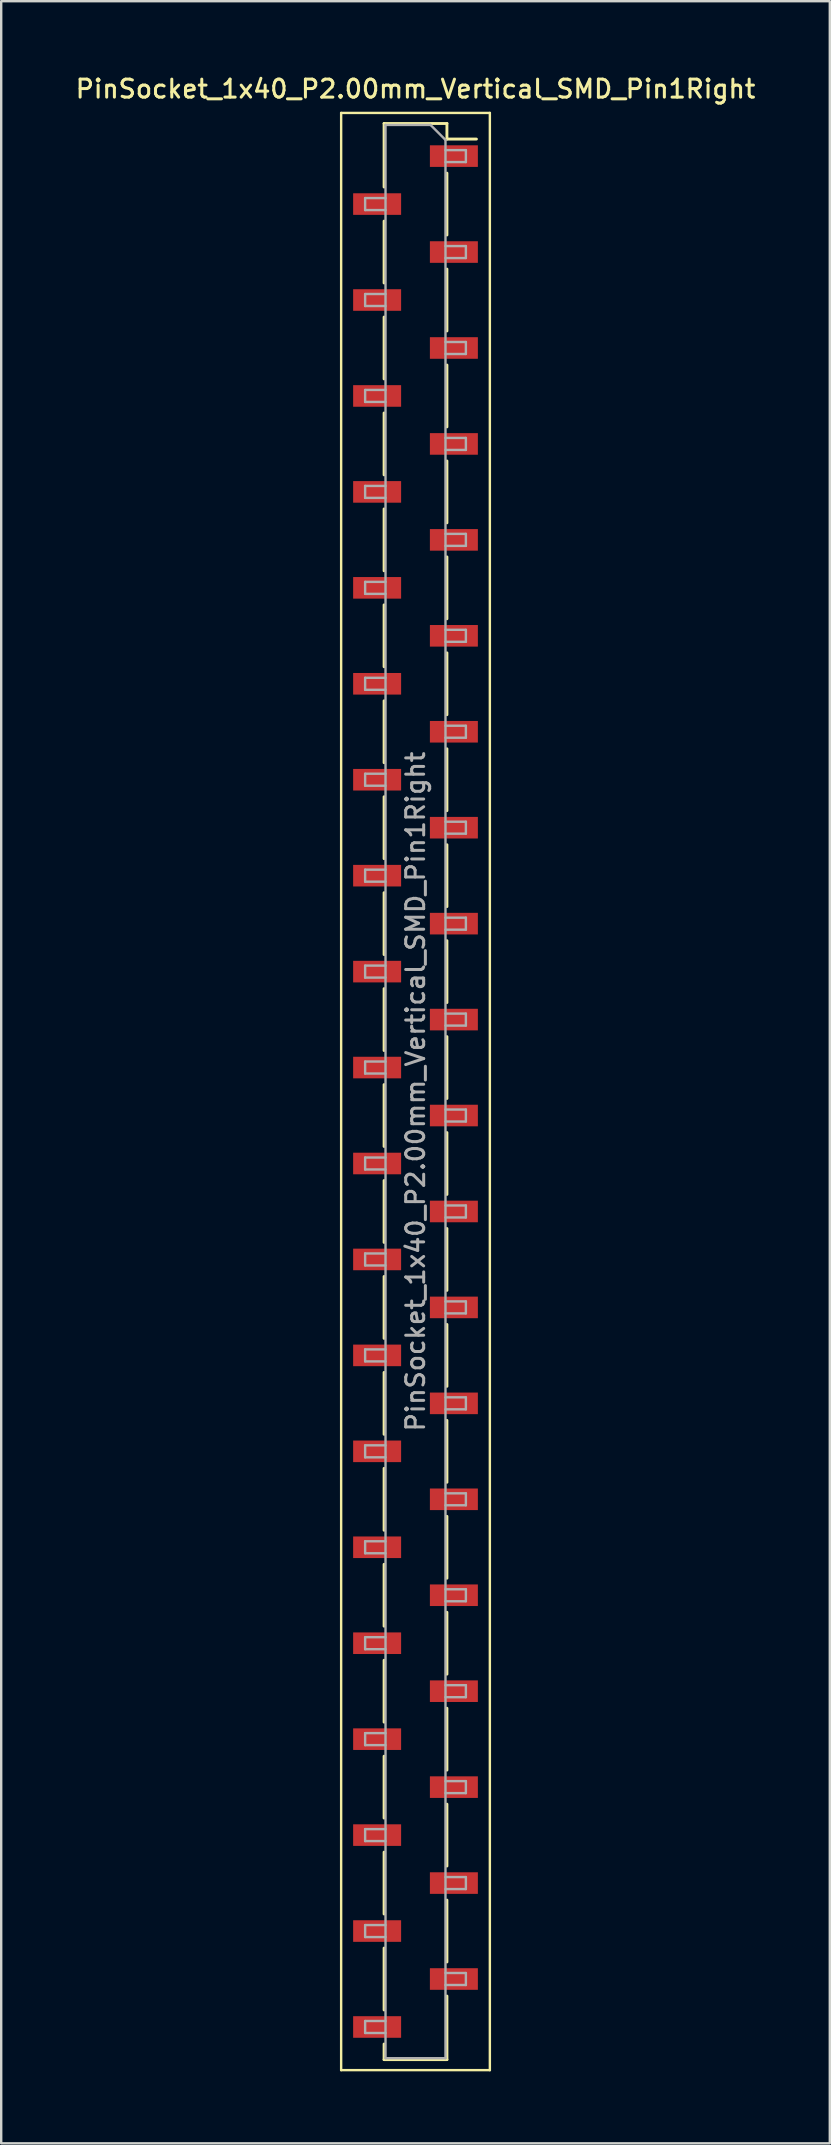
<source format=kicad_pcb>
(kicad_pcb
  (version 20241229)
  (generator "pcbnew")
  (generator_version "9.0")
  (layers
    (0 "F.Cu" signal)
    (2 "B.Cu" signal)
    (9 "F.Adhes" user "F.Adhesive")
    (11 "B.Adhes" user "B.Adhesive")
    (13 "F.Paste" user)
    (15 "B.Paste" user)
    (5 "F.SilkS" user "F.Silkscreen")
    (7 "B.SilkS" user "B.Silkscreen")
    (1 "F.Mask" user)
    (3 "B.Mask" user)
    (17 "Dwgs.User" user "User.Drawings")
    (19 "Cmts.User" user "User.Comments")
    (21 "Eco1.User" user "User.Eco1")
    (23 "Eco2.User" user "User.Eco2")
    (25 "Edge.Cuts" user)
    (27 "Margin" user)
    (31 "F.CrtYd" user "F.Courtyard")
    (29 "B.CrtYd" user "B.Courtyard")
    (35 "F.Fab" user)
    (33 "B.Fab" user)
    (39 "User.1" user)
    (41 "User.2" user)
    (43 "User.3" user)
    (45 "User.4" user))
  (footprint "PinSocket_1x40_P2.00mm_Vertical_SMD_Pin1Right"
    (layer "F.Cu")
    (at 14.273 42.458)
    (property "Reference" "PinSocket_1x40_P2.00mm_Vertical_SMD_Pin1Right" (at 0 -41.8 0) (layer "F.SilkS") (effects (font (size 0.75 0.75) (thickness 0.125))))
    (attr smd)
    (fp_line (start -3.1 -40.8) (end 3.1 -40.8) (stroke (width 0.1) (type solid)) (layer "F.SilkS"))
    (fp_line (start -3.1 40.8) (end -3.1 -40.8) (stroke (width 0.1) (type solid)) (layer "F.SilkS"))
    (fp_line (start -1.31 -40.36) (end -1.31 -37.71) (stroke (width 0.12) (type solid)) (layer "F.SilkS"))
    (fp_line (start -1.31 -40.36) (end 1.31 -40.36) (stroke (width 0.12) (type solid)) (layer "F.SilkS"))
    (fp_line (start -1.31 -36.29) (end -1.31 -33.71) (stroke (width 0.12) (type solid)) (layer "F.SilkS"))
    (fp_line (start -1.31 -32.29) (end -1.31 -29.71) (stroke (width 0.12) (type solid)) (layer "F.SilkS"))
    (fp_line (start -1.31 -28.29) (end -1.31 -25.71) (stroke (width 0.12) (type solid)) (layer "F.SilkS"))
    (fp_line (start -1.31 -24.29) (end -1.31 -21.71) (stroke (width 0.12) (type solid)) (layer "F.SilkS"))
    (fp_line (start -1.31 -20.29) (end -1.31 -17.71) (stroke (width 0.12) (type solid)) (layer "F.SilkS"))
    (fp_line (start -1.31 -16.29) (end -1.31 -13.71) (stroke (width 0.12) (type solid)) (layer "F.SilkS"))
    (fp_line (start -1.31 -12.29) (end -1.31 -9.71) (stroke (width 0.12) (type solid)) (layer "F.SilkS"))
    (fp_line (start -1.31 -8.29) (end -1.31 -5.71) (stroke (width 0.12) (type solid)) (layer "F.SilkS"))
    (fp_line (start -1.31 -4.29) (end -1.31 -1.71) (stroke (width 0.12) (type solid)) (layer "F.SilkS"))
    (fp_line (start -1.31 -0.29) (end -1.31 2.29) (stroke (width 0.12) (type solid)) (layer "F.SilkS"))
    (fp_line (start -1.31 3.71) (end -1.31 6.29) (stroke (width 0.12) (type solid)) (layer "F.SilkS"))
    (fp_line (start -1.31 7.71) (end -1.31 10.29) (stroke (width 0.12) (type solid)) (layer "F.SilkS"))
    (fp_line (start -1.31 11.71) (end -1.31 14.29) (stroke (width 0.12) (type solid)) (layer "F.SilkS"))
    (fp_line (start -1.31 15.71) (end -1.31 18.29) (stroke (width 0.12) (type solid)) (layer "F.SilkS"))
    (fp_line (start -1.31 19.71) (end -1.31 22.29) (stroke (width 0.12) (type solid)) (layer "F.SilkS"))
    (fp_line (start -1.31 23.71) (end -1.31 26.29) (stroke (width 0.12) (type solid)) (layer "F.SilkS"))
    (fp_line (start -1.31 27.71) (end -1.31 30.29) (stroke (width 0.12) (type solid)) (layer "F.SilkS"))
    (fp_line (start -1.31 31.71) (end -1.31 34.29) (stroke (width 0.12) (type solid)) (layer "F.SilkS"))
    (fp_line (start -1.31 35.71) (end -1.31 38.29) (stroke (width 0.12) (type solid)) (layer "F.SilkS"))
    (fp_line (start -1.31 39.71) (end -1.31 40.36) (stroke (width 0.12) (type solid)) (layer "F.SilkS"))
    (fp_line (start -1.31 40.36) (end 1.31 40.36) (stroke (width 0.12) (type solid)) (layer "F.SilkS"))
    (fp_line (start 1.31 -40.36) (end 1.31 -39.71) (stroke (width 0.12) (type solid)) (layer "F.SilkS"))
    (fp_line (start 1.31 -39.71) (end 2.54 -39.71) (stroke (width 0.12) (type solid)) (layer "F.SilkS"))
    (fp_line (start 1.31 -38.29) (end 1.31 -35.71) (stroke (width 0.12) (type solid)) (layer "F.SilkS"))
    (fp_line (start 1.31 -34.29) (end 1.31 -31.71) (stroke (width 0.12) (type solid)) (layer "F.SilkS"))
    (fp_line (start 1.31 -30.29) (end 1.31 -27.71) (stroke (width 0.12) (type solid)) (layer "F.SilkS"))
    (fp_line (start 1.31 -26.29) (end 1.31 -23.71) (stroke (width 0.12) (type solid)) (layer "F.SilkS"))
    (fp_line (start 1.31 -22.29) (end 1.31 -19.71) (stroke (width 0.12) (type solid)) (layer "F.SilkS"))
    (fp_line (start 1.31 -18.29) (end 1.31 -15.71) (stroke (width 0.12) (type solid)) (layer "F.SilkS"))
    (fp_line (start 1.31 -14.29) (end 1.31 -11.71) (stroke (width 0.12) (type solid)) (layer "F.SilkS"))
    (fp_line (start 1.31 -10.29) (end 1.31 -7.71) (stroke (width 0.12) (type solid)) (layer "F.SilkS"))
    (fp_line (start 1.31 -6.29) (end 1.31 -3.71) (stroke (width 0.12) (type solid)) (layer "F.SilkS"))
    (fp_line (start 1.31 -2.29) (end 1.31 0.29) (stroke (width 0.12) (type solid)) (layer "F.SilkS"))
    (fp_line (start 1.31 1.71) (end 1.31 4.29) (stroke (width 0.12) (type solid)) (layer "F.SilkS"))
    (fp_line (start 1.31 5.71) (end 1.31 8.29) (stroke (width 0.12) (type solid)) (layer "F.SilkS"))
    (fp_line (start 1.31 9.71) (end 1.31 12.29) (stroke (width 0.12) (type solid)) (layer "F.SilkS"))
    (fp_line (start 1.31 13.71) (end 1.31 16.29) (stroke (width 0.12) (type solid)) (layer "F.SilkS"))
    (fp_line (start 1.31 17.71) (end 1.31 20.29) (stroke (width 0.12) (type solid)) (layer "F.SilkS"))
    (fp_line (start 1.31 21.71) (end 1.31 24.29) (stroke (width 0.12) (type solid)) (layer "F.SilkS"))
    (fp_line (start 1.31 25.71) (end 1.31 28.29) (stroke (width 0.12) (type solid)) (layer "F.SilkS"))
    (fp_line (start 1.31 29.71) (end 1.31 32.29) (stroke (width 0.12) (type solid)) (layer "F.SilkS"))
    (fp_line (start 1.31 33.71) (end 1.31 36.29) (stroke (width 0.12) (type solid)) (layer "F.SilkS"))
    (fp_line (start 1.31 37.71) (end 1.31 40.36) (stroke (width 0.12) (type solid)) (layer "F.SilkS"))
    (fp_line (start 3.1 -40.8) (end 3.1 40.8) (stroke (width 0.1) (type solid)) (layer "F.SilkS"))
    (fp_line (start 3.1 40.8) (end -3.1 40.8) (stroke (width 0.1) (type solid)) (layer "F.SilkS"))
    (fp_line (start -2.1 -37.25) (end -1.25 -37.25) (stroke (width 0.1) (type solid)) (layer "F.Fab"))
    (fp_line (start -2.1 -36.75) (end -2.1 -37.25) (stroke (width 0.1) (type solid)) (layer "F.Fab"))
    (fp_line (start -2.1 -33.25) (end -1.25 -33.25) (stroke (width 0.1) (type solid)) (layer "F.Fab"))
    (fp_line (start -2.1 -32.75) (end -2.1 -33.25) (stroke (width 0.1) (type solid)) (layer "F.Fab"))
    (fp_line (start -2.1 -29.25) (end -1.25 -29.25) (stroke (width 0.1) (type solid)) (layer "F.Fab"))
    (fp_line (start -2.1 -28.75) (end -2.1 -29.25) (stroke (width 0.1) (type solid)) (layer "F.Fab"))
    (fp_line (start -2.1 -25.25) (end -1.25 -25.25) (stroke (width 0.1) (type solid)) (layer "F.Fab"))
    (fp_line (start -2.1 -24.75) (end -2.1 -25.25) (stroke (width 0.1) (type solid)) (layer "F.Fab"))
    (fp_line (start -2.1 -21.25) (end -1.25 -21.25) (stroke (width 0.1) (type solid)) (layer "F.Fab"))
    (fp_line (start -2.1 -20.75) (end -2.1 -21.25) (stroke (width 0.1) (type solid)) (layer "F.Fab"))
    (fp_line (start -2.1 -17.25) (end -1.25 -17.25) (stroke (width 0.1) (type solid)) (layer "F.Fab"))
    (fp_line (start -2.1 -16.75) (end -2.1 -17.25) (stroke (width 0.1) (type solid)) (layer "F.Fab"))
    (fp_line (start -2.1 -13.25) (end -1.25 -13.25) (stroke (width 0.1) (type solid)) (layer "F.Fab"))
    (fp_line (start -2.1 -12.75) (end -2.1 -13.25) (stroke (width 0.1) (type solid)) (layer "F.Fab"))
    (fp_line (start -2.1 -9.25) (end -1.25 -9.25) (stroke (width 0.1) (type solid)) (layer "F.Fab"))
    (fp_line (start -2.1 -8.75) (end -2.1 -9.25) (stroke (width 0.1) (type solid)) (layer "F.Fab"))
    (fp_line (start -2.1 -5.25) (end -1.25 -5.25) (stroke (width 0.1) (type solid)) (layer "F.Fab"))
    (fp_line (start -2.1 -4.75) (end -2.1 -5.25) (stroke (width 0.1) (type solid)) (layer "F.Fab"))
    (fp_line (start -2.1 -1.25) (end -1.25 -1.25) (stroke (width 0.1) (type solid)) (layer "F.Fab"))
    (fp_line (start -2.1 -0.75) (end -2.1 -1.25) (stroke (width 0.1) (type solid)) (layer "F.Fab"))
    (fp_line (start -2.1 2.75) (end -1.25 2.75) (stroke (width 0.1) (type solid)) (layer "F.Fab"))
    (fp_line (start -2.1 3.25) (end -2.1 2.75) (stroke (width 0.1) (type solid)) (layer "F.Fab"))
    (fp_line (start -2.1 6.75) (end -1.25 6.75) (stroke (width 0.1) (type solid)) (layer "F.Fab"))
    (fp_line (start -2.1 7.25) (end -2.1 6.75) (stroke (width 0.1) (type solid)) (layer "F.Fab"))
    (fp_line (start -2.1 10.75) (end -1.25 10.75) (stroke (width 0.1) (type solid)) (layer "F.Fab"))
    (fp_line (start -2.1 11.25) (end -2.1 10.75) (stroke (width 0.1) (type solid)) (layer "F.Fab"))
    (fp_line (start -2.1 14.75) (end -1.25 14.75) (stroke (width 0.1) (type solid)) (layer "F.Fab"))
    (fp_line (start -2.1 15.25) (end -2.1 14.75) (stroke (width 0.1) (type solid)) (layer "F.Fab"))
    (fp_line (start -2.1 18.75) (end -1.25 18.75) (stroke (width 0.1) (type solid)) (layer "F.Fab"))
    (fp_line (start -2.1 19.25) (end -2.1 18.75) (stroke (width 0.1) (type solid)) (layer "F.Fab"))
    (fp_line (start -2.1 22.75) (end -1.25 22.75) (stroke (width 0.1) (type solid)) (layer "F.Fab"))
    (fp_line (start -2.1 23.25) (end -2.1 22.75) (stroke (width 0.1) (type solid)) (layer "F.Fab"))
    (fp_line (start -2.1 26.75) (end -1.25 26.75) (stroke (width 0.1) (type solid)) (layer "F.Fab"))
    (fp_line (start -2.1 27.25) (end -2.1 26.75) (stroke (width 0.1) (type solid)) (layer "F.Fab"))
    (fp_line (start -2.1 30.75) (end -1.25 30.75) (stroke (width 0.1) (type solid)) (layer "F.Fab"))
    (fp_line (start -2.1 31.25) (end -2.1 30.75) (stroke (width 0.1) (type solid)) (layer "F.Fab"))
    (fp_line (start -2.1 34.75) (end -1.25 34.75) (stroke (width 0.1) (type solid)) (layer "F.Fab"))
    (fp_line (start -2.1 35.25) (end -2.1 34.75) (stroke (width 0.1) (type solid)) (layer "F.Fab"))
    (fp_line (start -2.1 38.75) (end -1.25 38.75) (stroke (width 0.1) (type solid)) (layer "F.Fab"))
    (fp_line (start -2.1 39.25) (end -2.1 38.75) (stroke (width 0.1) (type solid)) (layer "F.Fab"))
    (fp_line (start -1.25 -40.3) (end 0.625 -40.3) (stroke (width 0.1) (type solid)) (layer "F.Fab"))
    (fp_line (start -1.25 -36.75) (end -2.1 -36.75) (stroke (width 0.1) (type solid)) (layer "F.Fab"))
    (fp_line (start -1.25 -32.75) (end -2.1 -32.75) (stroke (width 0.1) (type solid)) (layer "F.Fab"))
    (fp_line (start -1.25 -28.75) (end -2.1 -28.75) (stroke (width 0.1) (type solid)) (layer "F.Fab"))
    (fp_line (start -1.25 -24.75) (end -2.1 -24.75) (stroke (width 0.1) (type solid)) (layer "F.Fab"))
    (fp_line (start -1.25 -20.75) (end -2.1 -20.75) (stroke (width 0.1) (type solid)) (layer "F.Fab"))
    (fp_line (start -1.25 -16.75) (end -2.1 -16.75) (stroke (width 0.1) (type solid)) (layer "F.Fab"))
    (fp_line (start -1.25 -12.75) (end -2.1 -12.75) (stroke (width 0.1) (type solid)) (layer "F.Fab"))
    (fp_line (start -1.25 -8.75) (end -2.1 -8.75) (stroke (width 0.1) (type solid)) (layer "F.Fab"))
    (fp_line (start -1.25 -4.75) (end -2.1 -4.75) (stroke (width 0.1) (type solid)) (layer "F.Fab"))
    (fp_line (start -1.25 -0.75) (end -2.1 -0.75) (stroke (width 0.1) (type solid)) (layer "F.Fab"))
    (fp_line (start -1.25 3.25) (end -2.1 3.25) (stroke (width 0.1) (type solid)) (layer "F.Fab"))
    (fp_line (start -1.25 7.25) (end -2.1 7.25) (stroke (width 0.1) (type solid)) (layer "F.Fab"))
    (fp_line (start -1.25 11.25) (end -2.1 11.25) (stroke (width 0.1) (type solid)) (layer "F.Fab"))
    (fp_line (start -1.25 15.25) (end -2.1 15.25) (stroke (width 0.1) (type solid)) (layer "F.Fab"))
    (fp_line (start -1.25 19.25) (end -2.1 19.25) (stroke (width 0.1) (type solid)) (layer "F.Fab"))
    (fp_line (start -1.25 23.25) (end -2.1 23.25) (stroke (width 0.1) (type solid)) (layer "F.Fab"))
    (fp_line (start -1.25 27.25) (end -2.1 27.25) (stroke (width 0.1) (type solid)) (layer "F.Fab"))
    (fp_line (start -1.25 31.25) (end -2.1 31.25) (stroke (width 0.1) (type solid)) (layer "F.Fab"))
    (fp_line (start -1.25 35.25) (end -2.1 35.25) (stroke (width 0.1) (type solid)) (layer "F.Fab"))
    (fp_line (start -1.25 39.25) (end -2.1 39.25) (stroke (width 0.1) (type solid)) (layer "F.Fab"))
    (fp_line (start -1.25 40.3) (end -1.25 -40.3) (stroke (width 0.1) (type solid)) (layer "F.Fab"))
    (fp_line (start 0.625 -40.3) (end 1.25 -39.675) (stroke (width 0.1) (type solid)) (layer "F.Fab"))
    (fp_line (start 1.25 -39.675) (end 1.25 40.3) (stroke (width 0.1) (type solid)) (layer "F.Fab"))
    (fp_line (start 1.25 -39.25) (end 2.1 -39.25) (stroke (width 0.1) (type solid)) (layer "F.Fab"))
    (fp_line (start 1.25 -35.25) (end 2.1 -35.25) (stroke (width 0.1) (type solid)) (layer "F.Fab"))
    (fp_line (start 1.25 -31.25) (end 2.1 -31.25) (stroke (width 0.1) (type solid)) (layer "F.Fab"))
    (fp_line (start 1.25 -27.25) (end 2.1 -27.25) (stroke (width 0.1) (type solid)) (layer "F.Fab"))
    (fp_line (start 1.25 -23.25) (end 2.1 -23.25) (stroke (width 0.1) (type solid)) (layer "F.Fab"))
    (fp_line (start 1.25 -19.25) (end 2.1 -19.25) (stroke (width 0.1) (type solid)) (layer "F.Fab"))
    (fp_line (start 1.25 -15.25) (end 2.1 -15.25) (stroke (width 0.1) (type solid)) (layer "F.Fab"))
    (fp_line (start 1.25 -11.25) (end 2.1 -11.25) (stroke (width 0.1) (type solid)) (layer "F.Fab"))
    (fp_line (start 1.25 -7.25) (end 2.1 -7.25) (stroke (width 0.1) (type solid)) (layer "F.Fab"))
    (fp_line (start 1.25 -3.25) (end 2.1 -3.25) (stroke (width 0.1) (type solid)) (layer "F.Fab"))
    (fp_line (start 1.25 0.75) (end 2.1 0.75) (stroke (width 0.1) (type solid)) (layer "F.Fab"))
    (fp_line (start 1.25 4.75) (end 2.1 4.75) (stroke (width 0.1) (type solid)) (layer "F.Fab"))
    (fp_line (start 1.25 8.75) (end 2.1 8.75) (stroke (width 0.1) (type solid)) (layer "F.Fab"))
    (fp_line (start 1.25 12.75) (end 2.1 12.75) (stroke (width 0.1) (type solid)) (layer "F.Fab"))
    (fp_line (start 1.25 16.75) (end 2.1 16.75) (stroke (width 0.1) (type solid)) (layer "F.Fab"))
    (fp_line (start 1.25 20.75) (end 2.1 20.75) (stroke (width 0.1) (type solid)) (layer "F.Fab"))
    (fp_line (start 1.25 24.75) (end 2.1 24.75) (stroke (width 0.1) (type solid)) (layer "F.Fab"))
    (fp_line (start 1.25 28.75) (end 2.1 28.75) (stroke (width 0.1) (type solid)) (layer "F.Fab"))
    (fp_line (start 1.25 32.75) (end 2.1 32.75) (stroke (width 0.1) (type solid)) (layer "F.Fab"))
    (fp_line (start 1.25 36.75) (end 2.1 36.75) (stroke (width 0.1) (type solid)) (layer "F.Fab"))
    (fp_line (start 1.25 40.3) (end -1.25 40.3) (stroke (width 0.1) (type solid)) (layer "F.Fab"))
    (fp_line (start 2.1 -39.25) (end 2.1 -38.75) (stroke (width 0.1) (type solid)) (layer "F.Fab"))
    (fp_line (start 2.1 -38.75) (end 1.25 -38.75) (stroke (width 0.1) (type solid)) (layer "F.Fab"))
    (fp_line (start 2.1 -35.25) (end 2.1 -34.75) (stroke (width 0.1) (type solid)) (layer "F.Fab"))
    (fp_line (start 2.1 -34.75) (end 1.25 -34.75) (stroke (width 0.1) (type solid)) (layer "F.Fab"))
    (fp_line (start 2.1 -31.25) (end 2.1 -30.75) (stroke (width 0.1) (type solid)) (layer "F.Fab"))
    (fp_line (start 2.1 -30.75) (end 1.25 -30.75) (stroke (width 0.1) (type solid)) (layer "F.Fab"))
    (fp_line (start 2.1 -27.25) (end 2.1 -26.75) (stroke (width 0.1) (type solid)) (layer "F.Fab"))
    (fp_line (start 2.1 -26.75) (end 1.25 -26.75) (stroke (width 0.1) (type solid)) (layer "F.Fab"))
    (fp_line (start 2.1 -23.25) (end 2.1 -22.75) (stroke (width 0.1) (type solid)) (layer "F.Fab"))
    (fp_line (start 2.1 -22.75) (end 1.25 -22.75) (stroke (width 0.1) (type solid)) (layer "F.Fab"))
    (fp_line (start 2.1 -19.25) (end 2.1 -18.75) (stroke (width 0.1) (type solid)) (layer "F.Fab"))
    (fp_line (start 2.1 -18.75) (end 1.25 -18.75) (stroke (width 0.1) (type solid)) (layer "F.Fab"))
    (fp_line (start 2.1 -15.25) (end 2.1 -14.75) (stroke (width 0.1) (type solid)) (layer "F.Fab"))
    (fp_line (start 2.1 -14.75) (end 1.25 -14.75) (stroke (width 0.1) (type solid)) (layer "F.Fab"))
    (fp_line (start 2.1 -11.25) (end 2.1 -10.75) (stroke (width 0.1) (type solid)) (layer "F.Fab"))
    (fp_line (start 2.1 -10.75) (end 1.25 -10.75) (stroke (width 0.1) (type solid)) (layer "F.Fab"))
    (fp_line (start 2.1 -7.25) (end 2.1 -6.75) (stroke (width 0.1) (type solid)) (layer "F.Fab"))
    (fp_line (start 2.1 -6.75) (end 1.25 -6.75) (stroke (width 0.1) (type solid)) (layer "F.Fab"))
    (fp_line (start 2.1 -3.25) (end 2.1 -2.75) (stroke (width 0.1) (type solid)) (layer "F.Fab"))
    (fp_line (start 2.1 -2.75) (end 1.25 -2.75) (stroke (width 0.1) (type solid)) (layer "F.Fab"))
    (fp_line (start 2.1 0.75) (end 2.1 1.25) (stroke (width 0.1) (type solid)) (layer "F.Fab"))
    (fp_line (start 2.1 1.25) (end 1.25 1.25) (stroke (width 0.1) (type solid)) (layer "F.Fab"))
    (fp_line (start 2.1 4.75) (end 2.1 5.25) (stroke (width 0.1) (type solid)) (layer "F.Fab"))
    (fp_line (start 2.1 5.25) (end 1.25 5.25) (stroke (width 0.1) (type solid)) (layer "F.Fab"))
    (fp_line (start 2.1 8.75) (end 2.1 9.25) (stroke (width 0.1) (type solid)) (layer "F.Fab"))
    (fp_line (start 2.1 9.25) (end 1.25 9.25) (stroke (width 0.1) (type solid)) (layer "F.Fab"))
    (fp_line (start 2.1 12.75) (end 2.1 13.25) (stroke (width 0.1) (type solid)) (layer "F.Fab"))
    (fp_line (start 2.1 13.25) (end 1.25 13.25) (stroke (width 0.1) (type solid)) (layer "F.Fab"))
    (fp_line (start 2.1 16.75) (end 2.1 17.25) (stroke (width 0.1) (type solid)) (layer "F.Fab"))
    (fp_line (start 2.1 17.25) (end 1.25 17.25) (stroke (width 0.1) (type solid)) (layer "F.Fab"))
    (fp_line (start 2.1 20.75) (end 2.1 21.25) (stroke (width 0.1) (type solid)) (layer "F.Fab"))
    (fp_line (start 2.1 21.25) (end 1.25 21.25) (stroke (width 0.1) (type solid)) (layer "F.Fab"))
    (fp_line (start 2.1 24.75) (end 2.1 25.25) (stroke (width 0.1) (type solid)) (layer "F.Fab"))
    (fp_line (start 2.1 25.25) (end 1.25 25.25) (stroke (width 0.1) (type solid)) (layer "F.Fab"))
    (fp_line (start 2.1 28.75) (end 2.1 29.25) (stroke (width 0.1) (type solid)) (layer "F.Fab"))
    (fp_line (start 2.1 29.25) (end 1.25 29.25) (stroke (width 0.1) (type solid)) (layer "F.Fab"))
    (fp_line (start 2.1 32.75) (end 2.1 33.25) (stroke (width 0.1) (type solid)) (layer "F.Fab"))
    (fp_line (start 2.1 33.25) (end 1.25 33.25) (stroke (width 0.1) (type solid)) (layer "F.Fab"))
    (fp_line (start 2.1 36.75) (end 2.1 37.25) (stroke (width 0.1) (type solid)) (layer "F.Fab"))
    (fp_line (start 2.1 37.25) (end 1.25 37.25) (stroke (width 0.1) (type solid)) (layer "F.Fab"))
    (fp_text user "${REFERENCE}" (at 0 0 90) (layer "F.Fab") (effects (font (size 0.75 0.75) (thickness 0.125))))
    (pad "1" smd rect (at 1.6 -39) (size 2 0.9) (layers "F.Cu" "F.Mask" "F.Paste"))
    (pad "2" smd rect (at -1.6 -37) (size 2 0.9) (layers "F.Cu" "F.Mask" "F.Paste"))
    (pad "3" smd rect (at 1.6 -35) (size 2 0.9) (layers "F.Cu" "F.Mask" "F.Paste"))
    (pad "4" smd rect (at -1.6 -33) (size 2 0.9) (layers "F.Cu" "F.Mask" "F.Paste"))
    (pad "5" smd rect (at 1.6 -31) (size 2 0.9) (layers "F.Cu" "F.Mask" "F.Paste"))
    (pad "6" smd rect (at -1.6 -29) (size 2 0.9) (layers "F.Cu" "F.Mask" "F.Paste"))
    (pad "7" smd rect (at 1.6 -27) (size 2 0.9) (layers "F.Cu" "F.Mask" "F.Paste"))
    (pad "8" smd rect (at -1.6 -25) (size 2 0.9) (layers "F.Cu" "F.Mask" "F.Paste"))
    (pad "9" smd rect (at 1.6 -23) (size 2 0.9) (layers "F.Cu" "F.Mask" "F.Paste"))
    (pad "10" smd rect (at -1.6 -21) (size 2 0.9) (layers "F.Cu" "F.Mask" "F.Paste"))
    (pad "11" smd rect (at 1.6 -19) (size 2 0.9) (layers "F.Cu" "F.Mask" "F.Paste"))
    (pad "12" smd rect (at -1.6 -17) (size 2 0.9) (layers "F.Cu" "F.Mask" "F.Paste"))
    (pad "13" smd rect (at 1.6 -15) (size 2 0.9) (layers "F.Cu" "F.Mask" "F.Paste"))
    (pad "14" smd rect (at -1.6 -13) (size 2 0.9) (layers "F.Cu" "F.Mask" "F.Paste"))
    (pad "15" smd rect (at 1.6 -11) (size 2 0.9) (layers "F.Cu" "F.Mask" "F.Paste"))
    (pad "16" smd rect (at -1.6 -9) (size 2 0.9) (layers "F.Cu" "F.Mask" "F.Paste"))
    (pad "17" smd rect (at 1.6 -7) (size 2 0.9) (layers "F.Cu" "F.Mask" "F.Paste"))
    (pad "18" smd rect (at -1.6 -5) (size 2 0.9) (layers "F.Cu" "F.Mask" "F.Paste"))
    (pad "19" smd rect (at 1.6 -3) (size 2 0.9) (layers "F.Cu" "F.Mask" "F.Paste"))
    (pad "20" smd rect (at -1.6 -1) (size 2 0.9) (layers "F.Cu" "F.Mask" "F.Paste"))
    (pad "21" smd rect (at 1.6 1) (size 2 0.9) (layers "F.Cu" "F.Mask" "F.Paste"))
    (pad "22" smd rect (at -1.6 3) (size 2 0.9) (layers "F.Cu" "F.Mask" "F.Paste"))
    (pad "23" smd rect (at 1.6 5) (size 2 0.9) (layers "F.Cu" "F.Mask" "F.Paste"))
    (pad "24" smd rect (at -1.6 7) (size 2 0.9) (layers "F.Cu" "F.Mask" "F.Paste"))
    (pad "25" smd rect (at 1.6 9) (size 2 0.9) (layers "F.Cu" "F.Mask" "F.Paste"))
    (pad "26" smd rect (at -1.6 11) (size 2 0.9) (layers "F.Cu" "F.Mask" "F.Paste"))
    (pad "27" smd rect (at 1.6 13) (size 2 0.9) (layers "F.Cu" "F.Mask" "F.Paste"))
    (pad "28" smd rect (at -1.6 15) (size 2 0.9) (layers "F.Cu" "F.Mask" "F.Paste"))
    (pad "29" smd rect (at 1.6 17) (size 2 0.9) (layers "F.Cu" "F.Mask" "F.Paste"))
    (pad "30" smd rect (at -1.6 19) (size 2 0.9) (layers "F.Cu" "F.Mask" "F.Paste"))
    (pad "31" smd rect (at 1.6 21) (size 2 0.9) (layers "F.Cu" "F.Mask" "F.Paste"))
    (pad "32" smd rect (at -1.6 23) (size 2 0.9) (layers "F.Cu" "F.Mask" "F.Paste"))
    (pad "33" smd rect (at 1.6 25) (size 2 0.9) (layers "F.Cu" "F.Mask" "F.Paste"))
    (pad "34" smd rect (at -1.6 27) (size 2 0.9) (layers "F.Cu" "F.Mask" "F.Paste"))
    (pad "35" smd rect (at 1.6 29) (size 2 0.9) (layers "F.Cu" "F.Mask" "F.Paste"))
    (pad "36" smd rect (at -1.6 31) (size 2 0.9) (layers "F.Cu" "F.Mask" "F.Paste"))
    (pad "37" smd rect (at 1.6 33) (size 2 0.9) (layers "F.Cu" "F.Mask" "F.Paste"))
    (pad "38" smd rect (at -1.6 35) (size 2 0.9) (layers "F.Cu" "F.Mask" "F.Paste"))
    (pad "39" smd rect (at 1.6 37) (size 2 0.9) (layers "F.Cu" "F.Mask" "F.Paste"))
    (pad "40" smd rect (at -1.6 39) (size 2 0.9) (layers "F.Cu" "F.Mask" "F.Paste")))
  (gr_rect
    (start -3 -3)
    (end 31.546 86.308)
    (stroke (width 0.1) (type default))
    (fill no)
    (layer "Edge.Cuts")))
</source>
